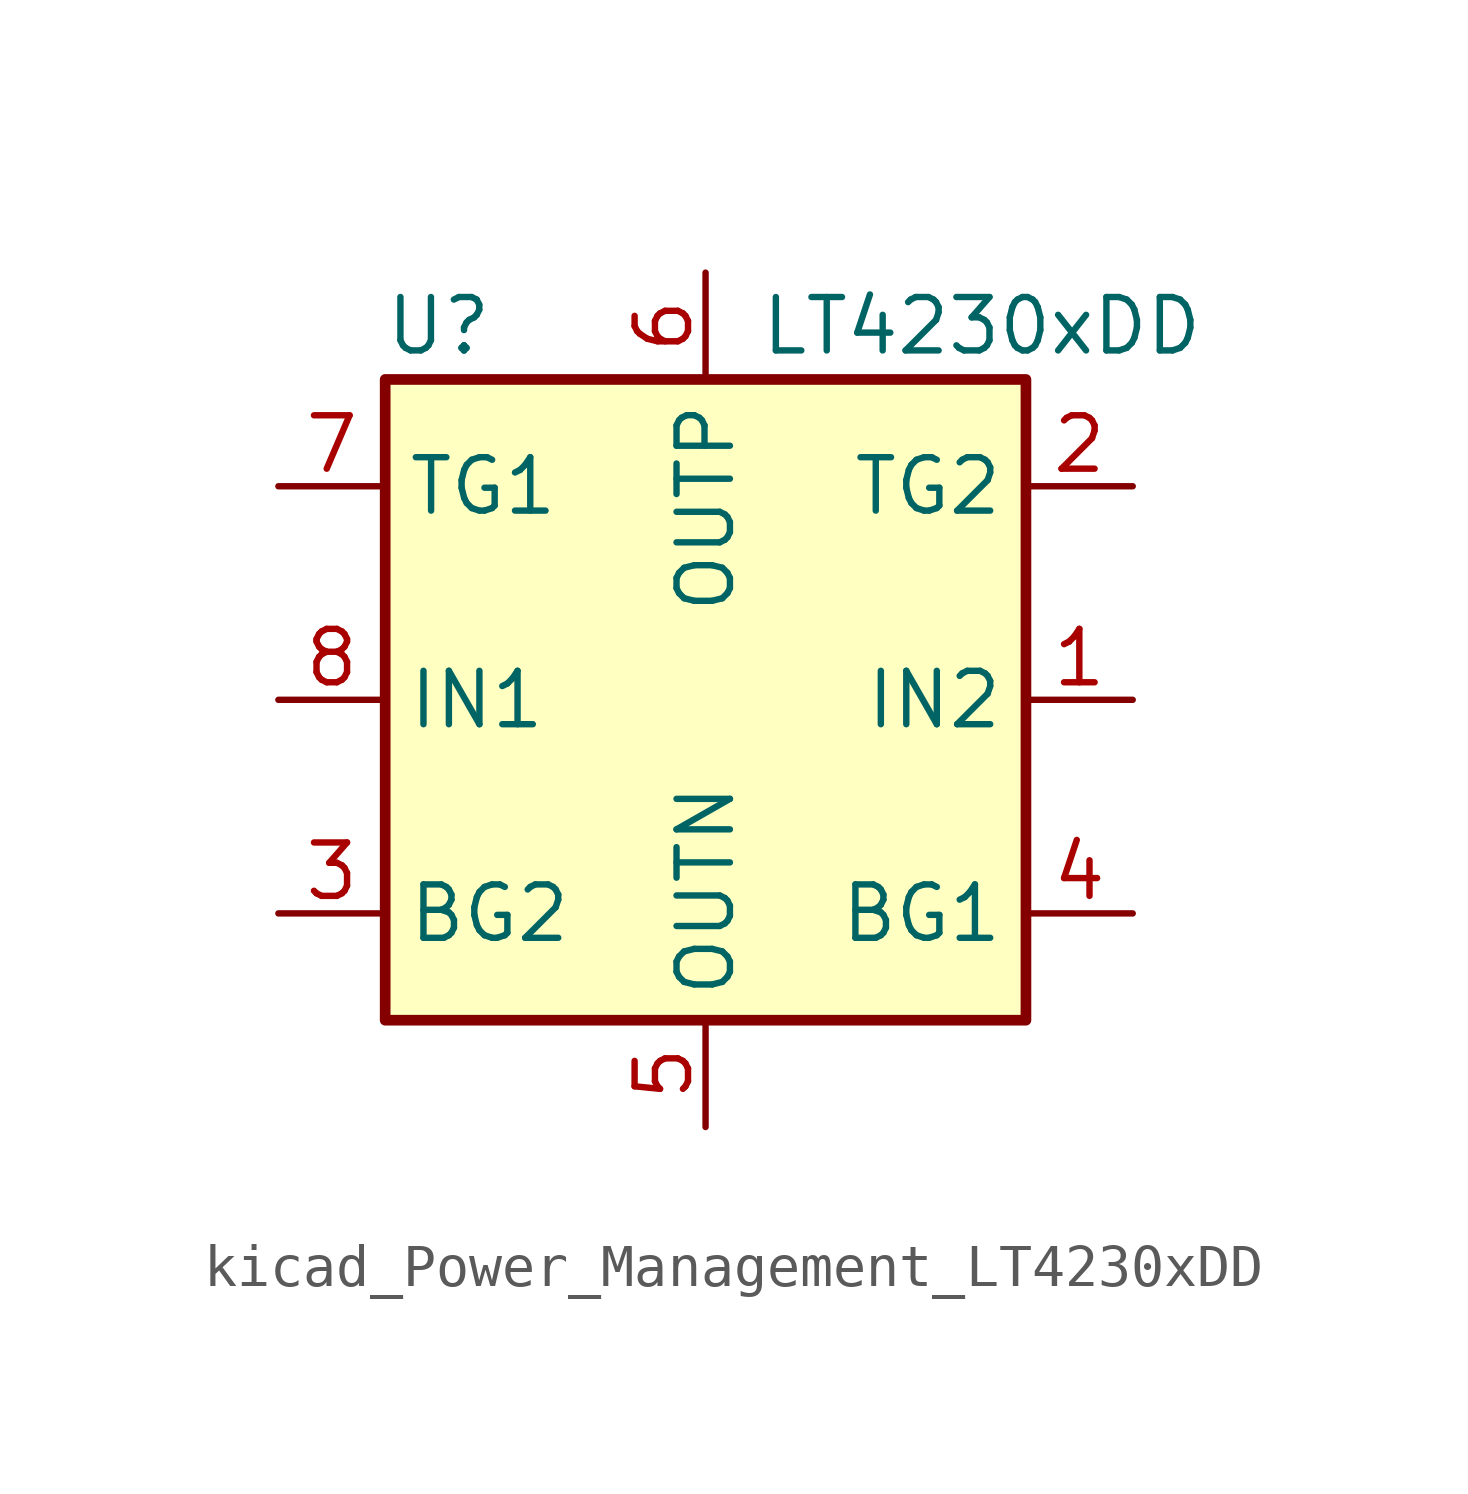
<source format=kicad_sym>
(kicad_symbol_lib
  (version 20220914)
  (generator kicad_symbol_editor)
  (symbol "kicad_Power_Management_LT4230xDD"
    (property "Reference" "U"
      (at -6.35 8.89 0)
      (effects (font (size 1.27 1.27))))
    (property "Value" "LT4230xDD"
      (at 1.27 8.89 0)
      (effects (font (size 1.27 1.27)) (justify left)))
    (symbol "kicad_Power_Management_LT4230xDD_0_1"
      (rectangle (start -7.62 7.62) (end 7.62 -7.62) (stroke (width 0.254) (type default)) (fill (type background))))
    (symbol "kicad_Power_Management_LT4230xDD_1_1"
      (pin power_in line (at 10.16 0 180) (length 2.54) (name "IN2" (effects (font (size 1.27 1.27)))) (number "1" (effects (font (size 1.27 1.27)))))
      (pin output line (at 10.16 5.08 180) (length 2.54) (name "TG2" (effects (font (size 1.27 1.27)))) (number "2" (effects (font (size 1.27 1.27)))))
      (pin output line (at -10.16 -5.08 0) (length 2.54) (name "BG2" (effects (font (size 1.27 1.27)))) (number "3" (effects (font (size 1.27 1.27)))))
      (pin output line (at 10.16 -5.08 180) (length 2.54) (name "BG1" (effects (font (size 1.27 1.27)))) (number "4" (effects (font (size 1.27 1.27)))))
      (pin power_in line (at 0 -10.16 90) (length 2.54) (name "OUTN" (effects (font (size 1.27 1.27)))) (number "5" (effects (font (size 1.27 1.27)))))
      (pin power_in line (at 0 10.16 270) (length 2.54) (name "OUTP" (effects (font (size 1.27 1.27)))) (number "6" (effects (font (size 1.27 1.27)))))
      (pin output line (at -10.16 5.08 0) (length 2.54) (name "TG1" (effects (font (size 1.27 1.27)))) (number "7" (effects (font (size 1.27 1.27)))))
      (pin power_in line (at -10.16 0 0) (length 2.54) (name "IN1" (effects (font (size 1.27 1.27)))) (number "8" (effects (font (size 1.27 1.27)))))
      (pin passive line (at 0 -10.16 90) (length 2.54) hide (name "OUTN" (effects (font (size 1.27 1.27)))) (number "9" (effects (font (size 1.27 1.27))))))))
</source>
